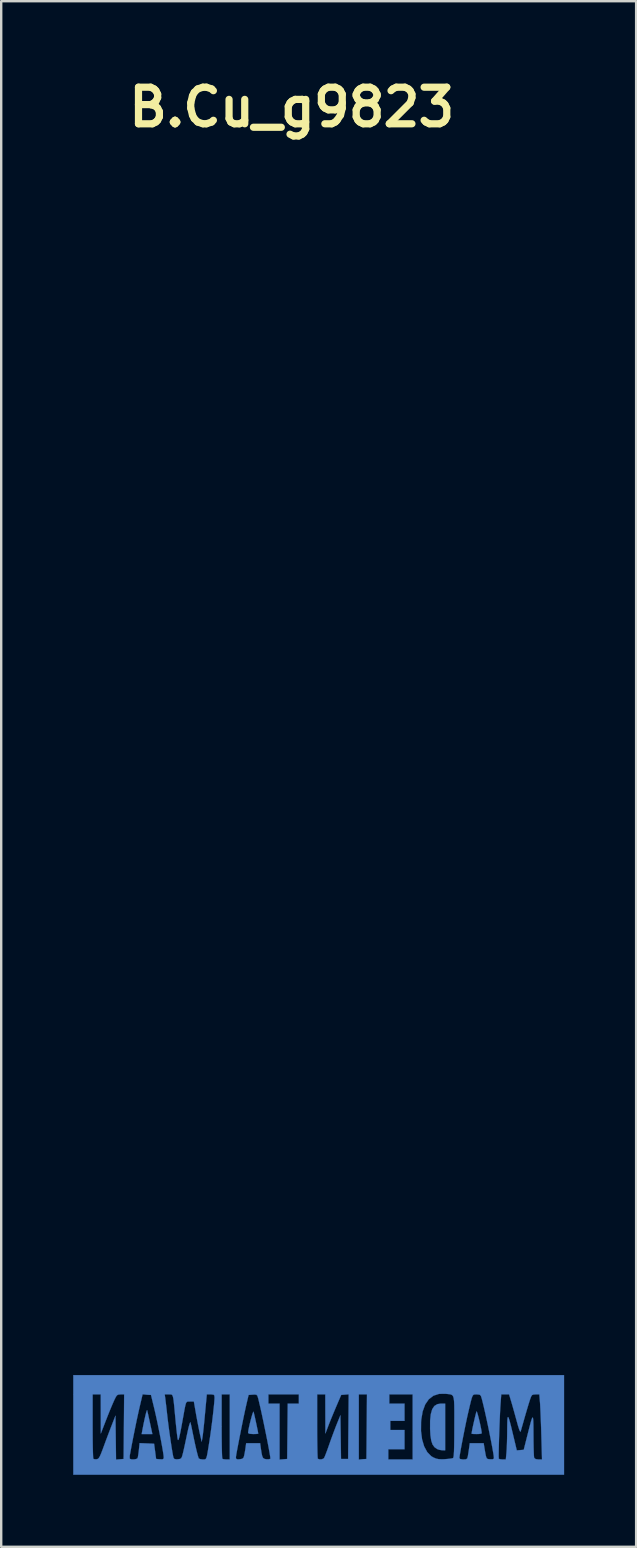
<source format=kicad_pcb>
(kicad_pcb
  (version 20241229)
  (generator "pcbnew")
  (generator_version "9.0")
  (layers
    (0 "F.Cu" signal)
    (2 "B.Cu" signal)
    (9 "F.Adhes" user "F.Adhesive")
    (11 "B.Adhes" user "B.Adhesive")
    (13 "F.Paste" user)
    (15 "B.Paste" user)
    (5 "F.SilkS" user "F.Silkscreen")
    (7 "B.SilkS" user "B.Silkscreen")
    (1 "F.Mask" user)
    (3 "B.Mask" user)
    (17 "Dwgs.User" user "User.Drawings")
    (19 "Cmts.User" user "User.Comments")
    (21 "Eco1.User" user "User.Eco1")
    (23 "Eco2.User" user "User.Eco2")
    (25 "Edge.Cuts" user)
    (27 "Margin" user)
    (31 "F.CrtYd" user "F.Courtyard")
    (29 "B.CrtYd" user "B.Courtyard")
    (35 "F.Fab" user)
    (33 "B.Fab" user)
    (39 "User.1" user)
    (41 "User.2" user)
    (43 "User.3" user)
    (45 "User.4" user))
  (footprint "B.Cu_g9823"
    (layer "F.Cu")
    (at 9.107 1.418)
    (property "Reference" "B.Cu_g9823" (at 0 0 0) (layer "F.SilkS") (effects (font (size 1.524 1.524) (thickness 0.3))))
    (attr through_hole)
    (fp_poly (pts (xy -6.013 54.349) (xy -5.985 54.469) (xy -5.949 54.636) (xy -5.911 54.811) (xy -5.808 55.287) (xy -6.254 55.287) (xy -6.217 55.086) (xy -6.177 54.878) (xy -6.135 54.68) (xy -6.096 54.508) (xy -6.062 54.377) (xy -6.037 54.302) (xy -6.026 54.292) (xy -6.013 54.349)) (stroke (width 0.01) (type solid)) (fill yes) (layer "B.Cu"))
    (fp_poly (pts (xy 6.392 55.965) (xy 6.276 55.964) (xy 6.145 55.944) (xy 6.056 55.911) (xy 5.946 55.833) (xy 5.866 55.72) (xy 5.812 55.558) (xy 5.779 55.337) (xy 5.764 55.075) (xy 5.765 54.727) (xy 5.794 54.456) (xy 5.852 54.254) (xy 5.942 54.118) (xy 6.067 54.041) (xy 6.221 54.017) (xy 6.392 54.017) (xy 6.392 55.965)) (stroke (width 0.01) (type solid)) (fill yes) (layer "B.Cu"))
    (fp_poly (pts (xy -1.577 54.415) (xy -1.549 54.534) (xy -1.514 54.691) (xy -1.477 54.863) (xy -1.442 55.03) (xy -1.414 55.167) (xy -1.399 55.254) (xy -1.397 55.271) (xy -1.435 55.28) (xy -1.533 55.286) (xy -1.609 55.287) (xy -1.753 55.277) (xy -1.816 55.247) (xy -1.819 55.234) (xy -1.809 55.146) (xy -1.784 55.015) (xy -1.749 54.859) (xy -1.708 54.697) (xy -1.668 54.548) (xy -1.632 54.43) (xy -1.605 54.363) (xy -1.594 54.356) (xy -1.577 54.415)) (stroke (width 0.01) (type solid)) (fill yes) (layer "B.Cu"))
    (fp_poly (pts (xy 7.719 54.371) (xy 7.748 54.463) (xy 7.785 54.599) (xy 7.824 54.76) (xy 7.861 54.927) (xy 7.892 55.079) (xy 7.911 55.199) (xy 7.916 55.256) (xy 7.878 55.274) (xy 7.781 55.285) (xy 7.705 55.287) (xy 7.584 55.285) (xy 7.507 55.278) (xy 7.493 55.272) (xy 7.502 55.205) (xy 7.525 55.081) (xy 7.558 54.923) (xy 7.597 54.751) (xy 7.635 54.586) (xy 7.669 54.45) (xy 7.694 54.363) (xy 7.702 54.343) (xy 7.719 54.371)) (stroke (width 0.01) (type solid)) (fill yes) (layer "B.Cu"))
    (fp_poly (pts (xy 11.345 56.981) (xy -9.102 56.981) (xy -9.102 53.636) (xy -8.297 53.636) (xy -8.297 54.963) (xy -8.296 55.29) (xy -8.294 55.59) (xy -8.29 55.852) (xy -8.284 56.065) (xy -8.278 56.22) (xy -8.271 56.306) (xy -8.267 56.319) (xy -8.206 56.338) (xy -8.131 56.337) (xy -8.084 56.324) (xy -8.043 56.29) (xy -8 56.221) (xy -7.948 56.104) (xy -7.88 55.928) (xy -7.831 55.795) (xy -7.742 55.553) (xy -7.646 55.298) (xy -7.556 55.061) (xy -7.491 54.893) (xy -7.345 54.519) (xy -7.322 56.351) (xy -7.164 56.338) (xy -7.006 56.325) (xy -7.006 56.274) (xy -6.755 56.274) (xy -6.743 56.32) (xy -6.676 56.343) (xy -6.574 56.344) (xy -6.477 56.326) (xy -6.423 56.291) (xy -6.422 56.29) (xy -6.407 56.221) (xy -6.388 56.095) (xy -6.37 55.949) (xy -6.34 55.665) (xy -6.038 55.677) (xy -5.736 55.69) (xy -5.652 56.325) (xy -5.493 56.338) (xy -5.388 56.34) (xy -5.343 56.316) (xy -5.334 56.256) (xy -5.343 56.167) (xy -5.367 56.009) (xy -5.403 55.798) (xy -5.449 55.548) (xy -5.503 55.274) (xy -5.56 54.99) (xy -5.618 54.712) (xy -5.675 54.452) (xy -5.727 54.228) (xy -5.73 54.215) (xy -5.866 53.657) (xy -6.154 53.636) (xy -5.293 53.636) (xy -5.271 53.795) (xy -5.259 53.896) (xy -5.239 54.059) (xy -5.215 54.266) (xy -5.19 54.493) (xy -5.184 54.547) (xy -5.154 54.797) (xy -5.119 55.068) (xy -5.08 55.347) (xy -5.041 55.615) (xy -5.004 55.859) (xy -4.97 56.062) (xy -4.943 56.209) (xy -4.927 56.274) (xy -4.889 56.326) (xy -4.804 56.34) (xy -4.748 56.337) (xy -4.659 56.325) (xy -4.606 56.294) (xy -4.571 56.221) (xy -4.536 56.092) (xy -4.505 55.961) (xy -4.463 55.771) (xy -4.415 55.547) (xy -4.366 55.313) (xy -4.361 55.29) (xy -4.316 55.083) (xy -4.276 54.925) (xy -4.244 54.826) (xy -4.224 54.797) (xy -4.22 54.803) (xy -4.202 54.881) (xy -4.172 55.017) (xy -4.138 55.186) (xy -4.126 55.245) (xy -4.075 55.495) (xy -4.023 55.737) (xy -3.973 55.954) (xy -3.928 56.132) (xy -3.893 56.254) (xy -3.875 56.302) (xy -3.817 56.332) (xy -3.715 56.346) (xy -3.705 56.346) (xy -3.651 56.346) (xy -3.61 56.34) (xy -3.578 56.317) (xy -3.553 56.264) (xy -3.528 56.171) (xy -3.502 56.027) (xy -3.468 55.821) (xy -3.431 55.584) (xy -3.392 55.325) (xy -3.353 55.042) (xy -3.315 54.75) (xy -3.281 54.467) (xy -3.253 54.208) (xy -3.231 53.991) (xy -3.219 53.831) (xy -3.217 53.774) (xy -3.224 53.684) (xy -3.259 53.646) (xy -3.349 53.636) (xy -3.379 53.636) (xy -2.921 53.636) (xy -2.921 54.963) (xy -2.92 55.29) (xy -2.918 55.589) (xy -2.914 55.851) (xy -2.909 56.064) (xy -2.903 56.219) (xy -2.896 56.304) (xy -2.893 56.317) (xy -2.835 56.337) (xy -2.732 56.346) (xy -2.723 56.346) (xy -2.582 56.346) (xy -2.582 56.263) (xy -2.328 56.263) (xy -2.316 56.32) (xy -2.265 56.341) (xy -2.172 56.338) (xy -2.064 56.318) (xy -2.01 56.27) (xy -1.986 56.197) (xy -1.961 56.075) (xy -1.935 55.922) (xy -1.928 55.869) (xy -1.9 55.668) (xy -1.318 55.668) (xy -1.29 55.869) (xy -1.26 56.07) (xy -1.232 56.201) (xy -1.197 56.279) (xy -1.147 56.318) (xy -1.075 56.335) (xy -1.045 56.338) (xy -0.945 56.336) (xy -0.891 56.316) (xy -0.889 56.309) (xy -0.898 56.229) (xy -0.922 56.08) (xy -0.959 55.875) (xy -1.006 55.627) (xy -1.061 55.35) (xy -1.121 55.057) (xy -1.182 54.761) (xy -1.243 54.476) (xy -1.3 54.215) (xy -1.352 53.992) (xy -1.394 53.819) (xy -1.401 53.793) (xy -1.433 53.691) (xy -1.477 53.647) (xy -1.561 53.641) (xy -1.621 53.645) (xy -1.798 53.657) (xy -1.873 53.975) (xy -1.911 54.14) (xy -1.958 54.355) (xy -2.011 54.605) (xy -2.067 54.878) (xy -2.123 55.158) (xy -2.178 55.434) (xy -2.228 55.692) (xy -2.271 55.917) (xy -2.304 56.097) (xy -2.323 56.218) (xy -2.328 56.263) (xy -2.582 56.263) (xy -2.582 53.636) (xy -0.974 53.636) (xy -0.974 54.017) (xy -0.508 54.017) (xy -0.508 56.351) (xy -0.191 56.325) (xy -0.168 54.017) (xy 0.296 54.017) (xy 0.296 53.636) (xy 1.058 53.636) (xy 1.058 54.963) (xy 1.059 55.29) (xy 1.062 55.589) (xy 1.066 55.851) (xy 1.07 56.064) (xy 1.076 56.219) (xy 1.083 56.304) (xy 1.087 56.317) (xy 1.162 56.344) (xy 1.262 56.336) (xy 1.339 56.297) (xy 1.342 56.293) (xy 1.371 56.234) (xy 1.42 56.112) (xy 1.483 55.945) (xy 1.552 55.749) (xy 1.558 55.732) (xy 1.642 55.493) (xy 1.735 55.242) (xy 1.822 55.011) (xy 1.88 54.864) (xy 2.027 54.504) (xy 2.04 55.414) (xy 2.053 56.325) (xy 2.349 56.325) (xy 2.361 54.978) (xy 2.372 53.636) (xy 2.794 53.636) (xy 2.794 56.351) (xy 3.111 56.325) (xy 3.115 55.922) (xy 4.022 55.922) (xy 4.022 56.346) (xy 5.038 56.346) (xy 5.038 55.164) (xy 5.386 55.164) (xy 5.43 55.508) (xy 5.517 55.801) (xy 5.644 56.037) (xy 5.809 56.207) (xy 5.893 56.258) (xy 6.013 56.31) (xy 6.134 56.335) (xy 6.29 56.338) (xy 6.375 56.334) (xy 6.531 56.321) (xy 6.656 56.305) (xy 6.723 56.287) (xy 6.724 56.286) (xy 6.724 56.286) (xy 6.985 56.286) (xy 7.02 56.329) (xy 7.128 56.345) (xy 7.15 56.346) (xy 7.258 56.339) (xy 7.31 56.306) (xy 7.335 56.225) (xy 7.338 56.208) (xy 7.359 56.078) (xy 7.383 55.92) (xy 7.39 55.869) (xy 7.418 55.668) (xy 7.997 55.668) (xy 8.023 55.827) (xy 8.058 56.037) (xy 8.084 56.178) (xy 8.109 56.265) (xy 8.138 56.31) (xy 8.179 56.329) (xy 8.239 56.336) (xy 8.267 56.338) (xy 8.376 56.337) (xy 8.421 56.308) (xy 8.424 56.288) (xy 8.415 56.197) (xy 8.407 56.145) (xy 8.622 56.145) (xy 8.622 56.266) (xy 8.626 56.314) (xy 8.674 56.336) (xy 8.771 56.346) (xy 8.781 56.346) (xy 8.92 56.346) (xy 8.947 56.06) (xy 8.957 55.913) (xy 8.966 55.706) (xy 8.973 55.462) (xy 8.977 55.206) (xy 8.977 55.118) (xy 8.98 54.879) (xy 8.985 54.707) (xy 8.995 54.606) (xy 9.013 54.576) (xy 9.04 54.619) (xy 9.078 54.739) (xy 9.13 54.936) (xy 9.197 55.213) (xy 9.233 55.363) (xy 9.377 55.967) (xy 9.522 55.955) (xy 9.666 55.944) (xy 9.821 55.33) (xy 9.899 55.023) (xy 9.958 54.798) (xy 10.002 54.655) (xy 10.032 54.595) (xy 10.052 54.617) (xy 10.063 54.721) (xy 10.069 54.909) (xy 10.071 55.178) (xy 10.072 55.337) (xy 10.074 55.604) (xy 10.078 55.845) (xy 10.084 56.045) (xy 10.091 56.192) (xy 10.099 56.271) (xy 10.101 56.279) (xy 10.165 56.331) (xy 10.277 56.346) (xy 10.428 56.346) (xy 10.4 55.34) (xy 10.391 55.033) (xy 10.38 54.731) (xy 10.369 54.453) (xy 10.358 54.217) (xy 10.349 54.04) (xy 10.345 53.986) (xy 10.317 53.636) (xy 10.157 53.636) (xy 10.071 53.64) (xy 10.016 53.662) (xy 9.976 53.721) (xy 9.933 53.835) (xy 9.912 53.901) (xy 9.863 54.056) (xy 9.802 54.261) (xy 9.736 54.485) (xy 9.694 54.631) (xy 9.639 54.826) (xy 9.59 54.997) (xy 9.554 55.123) (xy 9.537 55.181) (xy 9.517 55.184) (xy 9.48 55.105) (xy 9.429 54.946) (xy 9.377 54.758) (xy 9.313 54.525) (xy 9.247 54.287) (xy 9.187 54.075) (xy 9.148 53.943) (xy 9.056 53.636) (xy 8.729 53.636) (xy 8.7 54.028) (xy 8.689 54.196) (xy 8.678 54.411) (xy 8.667 54.661) (xy 8.656 54.933) (xy 8.646 55.213) (xy 8.637 55.487) (xy 8.63 55.743) (xy 8.625 55.967) (xy 8.622 56.145) (xy 8.407 56.145) (xy 8.39 56.037) (xy 8.352 55.822) (xy 8.303 55.565) (xy 8.246 55.28) (xy 8.185 54.981) (xy 8.121 54.681) (xy 8.058 54.394) (xy 7.998 54.133) (xy 7.944 53.913) (xy 7.918 53.813) (xy 7.883 53.702) (xy 7.839 53.651) (xy 7.757 53.637) (xy 7.705 53.636) (xy 7.644 53.635) (xy 7.598 53.64) (xy 7.561 53.66) (xy 7.53 53.708) (xy 7.498 53.793) (xy 7.462 53.927) (xy 7.415 54.12) (xy 7.354 54.383) (xy 7.346 54.416) (xy 7.305 54.597) (xy 7.258 54.82) (xy 7.207 55.069) (xy 7.155 55.33) (xy 7.105 55.587) (xy 7.06 55.825) (xy 7.024 56.029) (xy 6.998 56.184) (xy 6.986 56.275) (xy 6.985 56.286) (xy 6.724 56.286) (xy 6.739 56.25) (xy 6.751 56.158) (xy 6.761 56.005) (xy 6.767 55.785) (xy 6.771 55.493) (xy 6.773 55.124) (xy 6.773 54.972) (xy 6.774 54.602) (xy 6.774 54.308) (xy 6.771 54.082) (xy 6.763 53.912) (xy 6.747 53.792) (xy 6.722 53.713) (xy 6.684 53.664) (xy 6.632 53.638) (xy 6.563 53.625) (xy 6.475 53.616) (xy 6.416 53.61) (xy 6.14 53.612) (xy 5.904 53.689) (xy 5.711 53.837) (xy 5.56 54.055) (xy 5.455 54.342) (xy 5.395 54.696) (xy 5.389 54.779) (xy 5.386 55.164) (xy 5.038 55.164) (xy 5.038 53.636) (xy 4.064 53.636) (xy 4.064 54.017) (xy 4.699 54.017) (xy 4.699 54.737) (xy 4.106 54.737) (xy 4.106 55.118) (xy 4.699 55.118) (xy 4.699 55.922) (xy 4.022 55.922) (xy 3.115 55.922) (xy 3.134 53.636) (xy 2.794 53.636) (xy 2.372 53.636) (xy 2.372 53.631) (xy 2.216 53.644) (xy 2.06 53.657) (xy 1.851 54.144) (xy 1.756 54.37) (xy 1.659 54.604) (xy 1.574 54.815) (xy 1.522 54.949) (xy 1.402 55.266) (xy 1.399 54.451) (xy 1.397 53.636) (xy 1.058 53.636) (xy 0.296 53.636) (xy -0.974 53.636) (xy -2.582 53.636) (xy -2.921 53.636) (xy -3.379 53.636) (xy -3.54 53.636) (xy -3.616 54.451) (xy -3.641 54.717) (xy -3.666 54.966) (xy -3.689 55.179) (xy -3.708 55.342) (xy -3.722 55.435) (xy -3.752 55.605) (xy -3.821 55.309) (xy -3.856 55.147) (xy -3.899 54.931) (xy -3.945 54.69) (xy -3.985 54.472) (xy -4.079 53.933) (xy -4.24 53.933) (xy -4.303 53.931) (xy -4.348 53.936) (xy -4.382 53.957) (xy -4.41 54.008) (xy -4.435 54.099) (xy -4.465 54.243) (xy -4.502 54.451) (xy -4.531 54.61) (xy -4.589 54.931) (xy -4.635 55.176) (xy -4.672 55.351) (xy -4.699 55.465) (xy -4.721 55.525) (xy -4.737 55.537) (xy -4.75 55.51) (xy -4.751 55.508) (xy -4.763 55.436) (xy -4.781 55.295) (xy -4.803 55.101) (xy -4.827 54.87) (xy -4.847 54.662) (xy -4.877 54.341) (xy -4.9 54.095) (xy -4.92 53.914) (xy -4.938 53.787) (xy -4.959 53.706) (xy -4.983 53.66) (xy -5.014 53.639) (xy -5.055 53.635) (xy -5.108 53.636) (xy -5.125 53.636) (xy -5.293 53.636) (xy -6.154 53.636) (xy -6.215 53.632) (xy -6.343 54.174) (xy -6.398 54.418) (xy -6.464 54.722) (xy -6.534 55.063) (xy -6.605 55.416) (xy -6.672 55.759) (xy -6.729 56.069) (xy -6.75 56.182) (xy -6.755 56.274) (xy -7.006 56.274) (xy -6.995 54.98) (xy -6.984 53.636) (xy -7.135 53.636) (xy -7.215 53.641) (xy -7.271 53.664) (xy -7.32 53.724) (xy -7.378 53.837) (xy -7.417 53.922) (xy -7.484 54.076) (xy -7.57 54.281) (xy -7.663 54.512) (xy -7.751 54.737) (xy -7.956 55.266) (xy -7.957 54.451) (xy -7.959 53.636) (xy -8.297 53.636) (xy -9.102 53.636) (xy -9.102 52.832) (xy 11.345 52.832) (xy 11.345 56.981)) (stroke (width 0.01) (type solid)) (fill yes) (layer "B.Cu")))
  (gr_rect
    (start -3 -3)
    (end 23.457 61.404)
    (stroke (width 0.1) (type default))
    (fill no)
    (layer "Edge.Cuts")))
</source>
